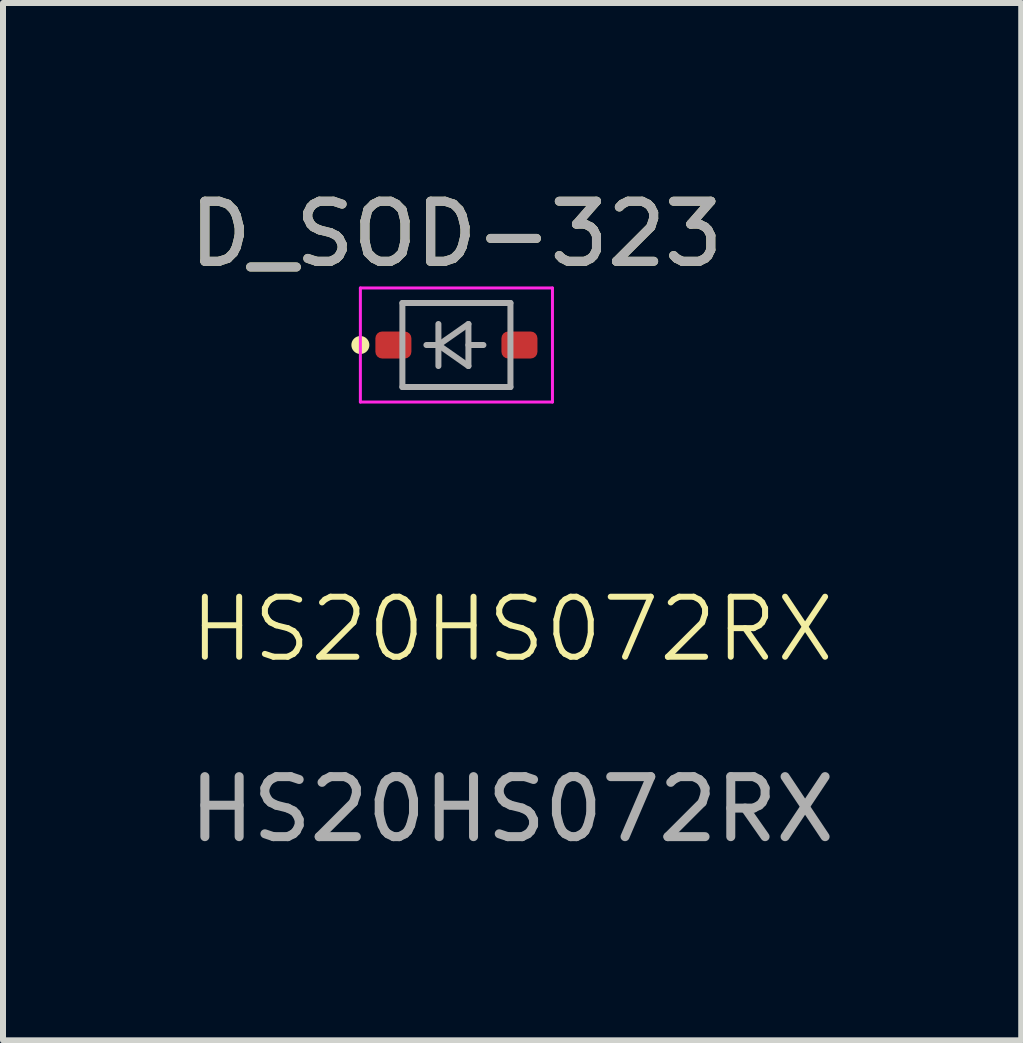
<source format=kicad_pcb>
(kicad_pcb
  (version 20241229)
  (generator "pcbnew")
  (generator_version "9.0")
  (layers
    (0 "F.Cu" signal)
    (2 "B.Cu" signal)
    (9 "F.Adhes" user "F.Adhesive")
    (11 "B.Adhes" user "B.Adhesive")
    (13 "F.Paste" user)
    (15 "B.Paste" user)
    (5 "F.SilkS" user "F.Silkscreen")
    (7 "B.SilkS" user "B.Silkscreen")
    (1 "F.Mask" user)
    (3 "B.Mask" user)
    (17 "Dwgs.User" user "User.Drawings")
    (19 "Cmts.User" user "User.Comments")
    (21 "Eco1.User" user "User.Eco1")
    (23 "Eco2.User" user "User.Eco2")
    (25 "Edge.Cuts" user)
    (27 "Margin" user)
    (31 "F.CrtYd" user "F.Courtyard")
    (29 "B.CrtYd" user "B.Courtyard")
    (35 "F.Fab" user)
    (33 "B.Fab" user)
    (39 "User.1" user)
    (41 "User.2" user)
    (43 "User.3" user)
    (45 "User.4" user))
  (footprint "D_SOD-323"
    (layer "F.Cu")
    (at 4.554 2.698)
    (property "Reference" "D_SOD-323" (at 0 -1.85 0) (layer "F.SilkS") (effects (font (size 1 1) (thickness 0.15))))
    (attr smd)
    (fp_circle (center -1.6 0) (end -1.7 0) (stroke (width 0.1) (type default)) (fill yes) (layer "F.SilkS"))
    (fp_line (start -1.6 -0.95) (end -1.6 0.95) (stroke (width 0.05) (type solid)) (layer "F.CrtYd"))
    (fp_line (start -1.6 -0.95) (end 1.6 -0.95) (stroke (width 0.05) (type solid)) (layer "F.CrtYd"))
    (fp_line (start -1.6 0.95) (end 1.6 0.95) (stroke (width 0.05) (type solid)) (layer "F.CrtYd"))
    (fp_line (start 1.6 -0.95) (end 1.6 0.95) (stroke (width 0.05) (type solid)) (layer "F.CrtYd"))
    (fp_line (start -0.9 -0.7) (end 0.9 -0.7) (stroke (width 0.1) (type solid)) (layer "F.Fab"))
    (fp_line (start -0.9 0.7) (end -0.9 -0.7) (stroke (width 0.1) (type solid)) (layer "F.Fab"))
    (fp_line (start -0.3 -0.35) (end -0.3 0.35) (stroke (width 0.1) (type solid)) (layer "F.Fab"))
    (fp_line (start -0.3 0) (end -0.5 0) (stroke (width 0.1) (type solid)) (layer "F.Fab"))
    (fp_line (start -0.3 0) (end 0.2 -0.35) (stroke (width 0.1) (type solid)) (layer "F.Fab"))
    (fp_line (start 0.2 -0.35) (end 0.2 0.35) (stroke (width 0.1) (type solid)) (layer "F.Fab"))
    (fp_line (start 0.2 0) (end 0.45 0) (stroke (width 0.1) (type solid)) (layer "F.Fab"))
    (fp_line (start 0.2 0.35) (end -0.3 0) (stroke (width 0.1) (type solid)) (layer "F.Fab"))
    (fp_line (start 0.9 -0.7) (end 0.9 0.7) (stroke (width 0.1) (type solid)) (layer "F.Fab"))
    (fp_line (start 0.9 0.7) (end -0.9 0.7) (stroke (width 0.1) (type solid)) (layer "F.Fab"))
    (fp_text user "${REFERENCE}" (at 0 -1.85 0) (layer "F.Fab") (effects (font (size 1 1) (thickness 0.15))))
    (pad "1" smd roundrect (at -1.05 0) (size 0.6 0.45) (layers "F.Cu" "F.Mask" "F.Paste") (roundrect_rratio 0.25))
    (pad "2" smd roundrect (at 1.05 0) (size 0.6 0.45) (layers "F.Cu" "F.Mask" "F.Paste") (roundrect_rratio 0.25)))
  (footprint "HS20HS072RX"
    (layer "F.Cu")
    (at 5.482 7.934)
    (property "Reference" "HS20HS072RX" (at 0 -0.5 0) (unlocked yes) (layer "F.SilkS") (effects (font (size 1 1) (thickness 0.1))))
    (attr smd)
    (fp_text user "${REFERENCE}" (at 0 2.5 0) (unlocked yes) (layer "F.Fab") (effects (font (size 1 1) (thickness 0.15)))))
  (gr_rect
    (start -3 -3)
    (end 13.964 14.282)
    (stroke (width 0.1) (type default))
    (fill no)
    (layer "Edge.Cuts")))
</source>
